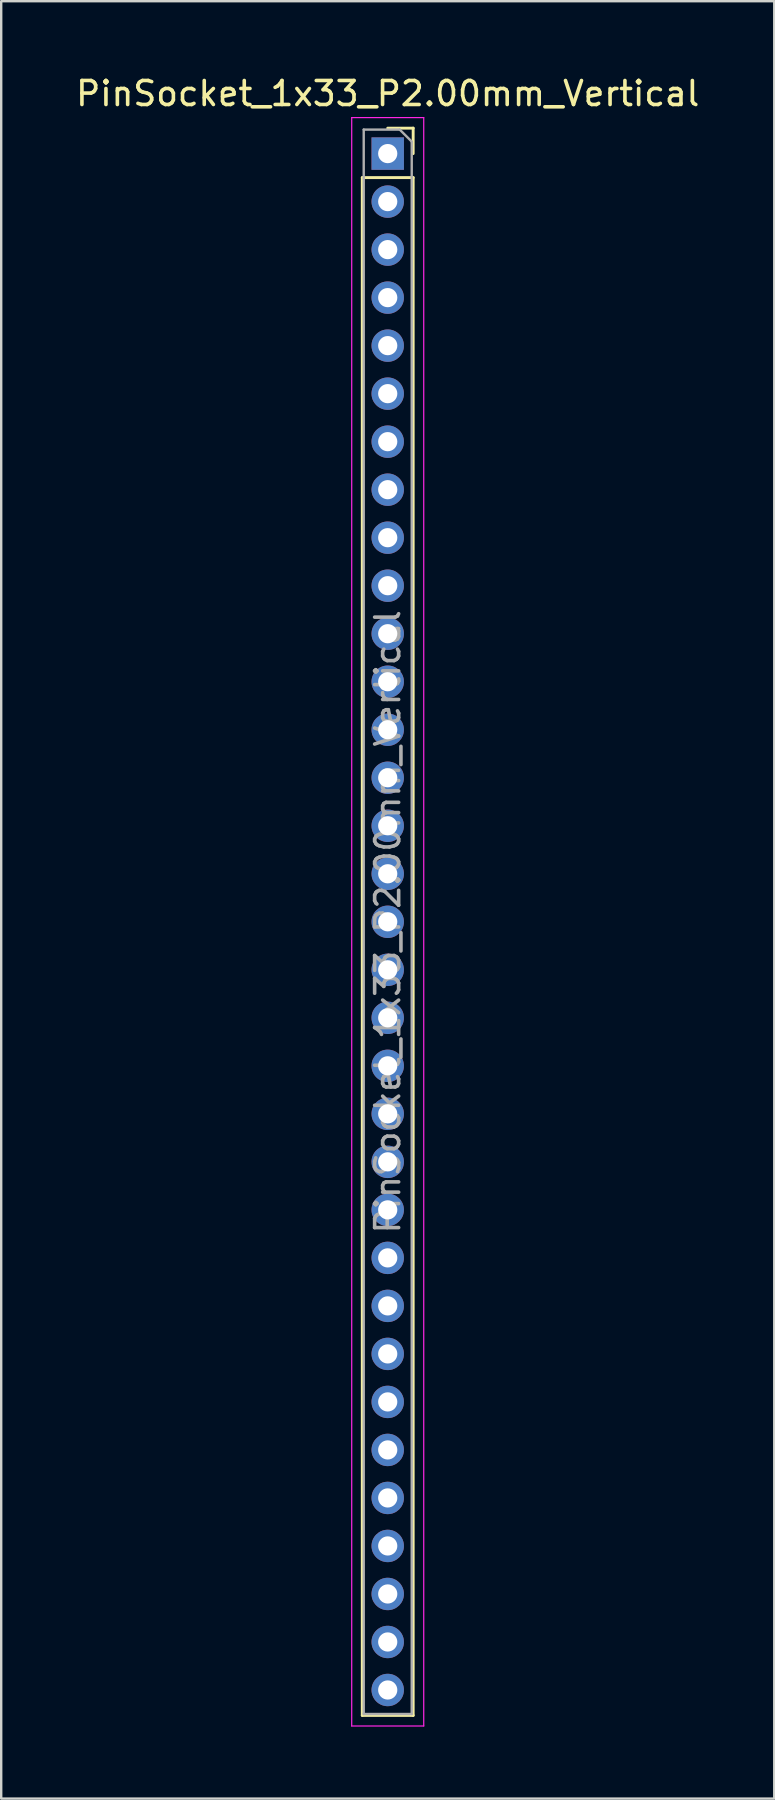
<source format=kicad_pcb>
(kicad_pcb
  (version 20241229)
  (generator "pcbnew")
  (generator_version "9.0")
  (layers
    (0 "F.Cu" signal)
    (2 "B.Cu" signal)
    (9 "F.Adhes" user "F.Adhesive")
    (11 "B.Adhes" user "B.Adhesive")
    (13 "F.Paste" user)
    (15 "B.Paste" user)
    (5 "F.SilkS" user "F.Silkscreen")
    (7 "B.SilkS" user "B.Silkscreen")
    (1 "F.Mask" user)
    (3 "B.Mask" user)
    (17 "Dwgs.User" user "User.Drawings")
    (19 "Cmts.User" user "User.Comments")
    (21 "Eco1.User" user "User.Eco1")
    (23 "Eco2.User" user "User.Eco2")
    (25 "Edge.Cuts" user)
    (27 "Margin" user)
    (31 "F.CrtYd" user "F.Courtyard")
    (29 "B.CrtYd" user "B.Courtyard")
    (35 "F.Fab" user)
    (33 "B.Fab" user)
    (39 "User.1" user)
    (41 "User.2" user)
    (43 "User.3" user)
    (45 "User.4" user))
  (footprint "PinSocket_1x33_P2.00mm_Vertical"
    (layer "F.Cu")
    (at 13.101 3.348)
    (property "Reference" "PinSocket_1x33_P2.00mm_Vertical" (at 0 -2.5 0) (layer "F.SilkS") (effects (font (size 1 1) (thickness 0.15))))
    (attr through_hole)
    (fp_line (start -1.06 1) (end -1.06 65.06) (stroke (width 0.12) (type solid)) (layer "F.SilkS"))
    (fp_line (start -1.06 1) (end 1.06 1) (stroke (width 0.12) (type solid)) (layer "F.SilkS"))
    (fp_line (start -1.06 65.06) (end 1.06 65.06) (stroke (width 0.12) (type solid)) (layer "F.SilkS"))
    (fp_line (start 0 -1.06) (end 1.06 -1.06) (stroke (width 0.12) (type solid)) (layer "F.SilkS"))
    (fp_line (start 1.06 -1.06) (end 1.06 0) (stroke (width 0.12) (type solid)) (layer "F.SilkS"))
    (fp_line (start 1.06 1) (end 1.06 65.06) (stroke (width 0.12) (type solid)) (layer "F.SilkS"))
    (fp_line (start -1.5 -1.5) (end 1.5 -1.5) (stroke (width 0.05) (type solid)) (layer "F.CrtYd"))
    (fp_line (start -1.5 65.5) (end -1.5 -1.5) (stroke (width 0.05) (type solid)) (layer "F.CrtYd"))
    (fp_line (start 1.5 -1.5) (end 1.5 65.5) (stroke (width 0.05) (type solid)) (layer "F.CrtYd"))
    (fp_line (start 1.5 65.5) (end -1.5 65.5) (stroke (width 0.05) (type solid)) (layer "F.CrtYd"))
    (fp_line (start -1 -1) (end 0.5 -1) (stroke (width 0.1) (type solid)) (layer "F.Fab"))
    (fp_line (start -1 65) (end -1 -1) (stroke (width 0.1) (type solid)) (layer "F.Fab"))
    (fp_line (start 0.5 -1) (end 1 -0.5) (stroke (width 0.1) (type solid)) (layer "F.Fab"))
    (fp_line (start 1 -0.5) (end 1 65) (stroke (width 0.1) (type solid)) (layer "F.Fab"))
    (fp_line (start 1 65) (end -1 65) (stroke (width 0.1) (type solid)) (layer "F.Fab"))
    (fp_text user "${REFERENCE}" (at 0 32 90) (layer "F.Fab") (effects (font (size 1 1) (thickness 0.15))))
    (pad "1" thru_hole rect (at 0 0) (size 1.35 1.35) (drill 0.8) (layers "*.Cu" "*.Mask"))
    (pad "2" thru_hole oval (at 0 2) (size 1.35 1.35) (drill 0.8) (layers "*.Cu" "*.Mask"))
    (pad "3" thru_hole oval (at 0 4) (size 1.35 1.35) (drill 0.8) (layers "*.Cu" "*.Mask"))
    (pad "4" thru_hole oval (at 0 6) (size 1.35 1.35) (drill 0.8) (layers "*.Cu" "*.Mask"))
    (pad "5" thru_hole oval (at 0 8) (size 1.35 1.35) (drill 0.8) (layers "*.Cu" "*.Mask"))
    (pad "6" thru_hole oval (at 0 10) (size 1.35 1.35) (drill 0.8) (layers "*.Cu" "*.Mask"))
    (pad "7" thru_hole oval (at 0 12) (size 1.35 1.35) (drill 0.8) (layers "*.Cu" "*.Mask"))
    (pad "8" thru_hole oval (at 0 14) (size 1.35 1.35) (drill 0.8) (layers "*.Cu" "*.Mask"))
    (pad "9" thru_hole oval (at 0 16) (size 1.35 1.35) (drill 0.8) (layers "*.Cu" "*.Mask"))
    (pad "10" thru_hole oval (at 0 18) (size 1.35 1.35) (drill 0.8) (layers "*.Cu" "*.Mask"))
    (pad "11" thru_hole oval (at 0 20) (size 1.35 1.35) (drill 0.8) (layers "*.Cu" "*.Mask"))
    (pad "12" thru_hole oval (at 0 22) (size 1.35 1.35) (drill 0.8) (layers "*.Cu" "*.Mask"))
    (pad "13" thru_hole oval (at 0 24) (size 1.35 1.35) (drill 0.8) (layers "*.Cu" "*.Mask"))
    (pad "14" thru_hole oval (at 0 26) (size 1.35 1.35) (drill 0.8) (layers "*.Cu" "*.Mask"))
    (pad "15" thru_hole oval (at 0 28) (size 1.35 1.35) (drill 0.8) (layers "*.Cu" "*.Mask"))
    (pad "16" thru_hole oval (at 0 30) (size 1.35 1.35) (drill 0.8) (layers "*.Cu" "*.Mask"))
    (pad "17" thru_hole oval (at 0 32) (size 1.35 1.35) (drill 0.8) (layers "*.Cu" "*.Mask"))
    (pad "18" thru_hole oval (at 0 34) (size 1.35 1.35) (drill 0.8) (layers "*.Cu" "*.Mask"))
    (pad "19" thru_hole oval (at 0 36) (size 1.35 1.35) (drill 0.8) (layers "*.Cu" "*.Mask"))
    (pad "20" thru_hole oval (at 0 38) (size 1.35 1.35) (drill 0.8) (layers "*.Cu" "*.Mask"))
    (pad "21" thru_hole oval (at 0 40) (size 1.35 1.35) (drill 0.8) (layers "*.Cu" "*.Mask"))
    (pad "22" thru_hole oval (at 0 42) (size 1.35 1.35) (drill 0.8) (layers "*.Cu" "*.Mask"))
    (pad "23" thru_hole oval (at 0 44) (size 1.35 1.35) (drill 0.8) (layers "*.Cu" "*.Mask"))
    (pad "24" thru_hole oval (at 0 46) (size 1.35 1.35) (drill 0.8) (layers "*.Cu" "*.Mask"))
    (pad "25" thru_hole oval (at 0 48) (size 1.35 1.35) (drill 0.8) (layers "*.Cu" "*.Mask"))
    (pad "26" thru_hole oval (at 0 50) (size 1.35 1.35) (drill 0.8) (layers "*.Cu" "*.Mask"))
    (pad "27" thru_hole oval (at 0 52) (size 1.35 1.35) (drill 0.8) (layers "*.Cu" "*.Mask"))
    (pad "28" thru_hole oval (at 0 54) (size 1.35 1.35) (drill 0.8) (layers "*.Cu" "*.Mask"))
    (pad "29" thru_hole oval (at 0 56) (size 1.35 1.35) (drill 0.8) (layers "*.Cu" "*.Mask"))
    (pad "30" thru_hole oval (at 0 58) (size 1.35 1.35) (drill 0.8) (layers "*.Cu" "*.Mask"))
    (pad "31" thru_hole oval (at 0 60) (size 1.35 1.35) (drill 0.8) (layers "*.Cu" "*.Mask"))
    (pad "32" thru_hole oval (at 0 62) (size 1.35 1.35) (drill 0.8) (layers "*.Cu" "*.Mask"))
    (pad "33" thru_hole oval (at 0 64) (size 1.35 1.35) (drill 0.8) (layers "*.Cu" "*.Mask")))
  (gr_rect
    (start -3 -3)
    (end 29.202 71.873)
    (stroke (width 0.1) (type default))
    (fill no)
    (layer "Edge.Cuts")))
</source>
